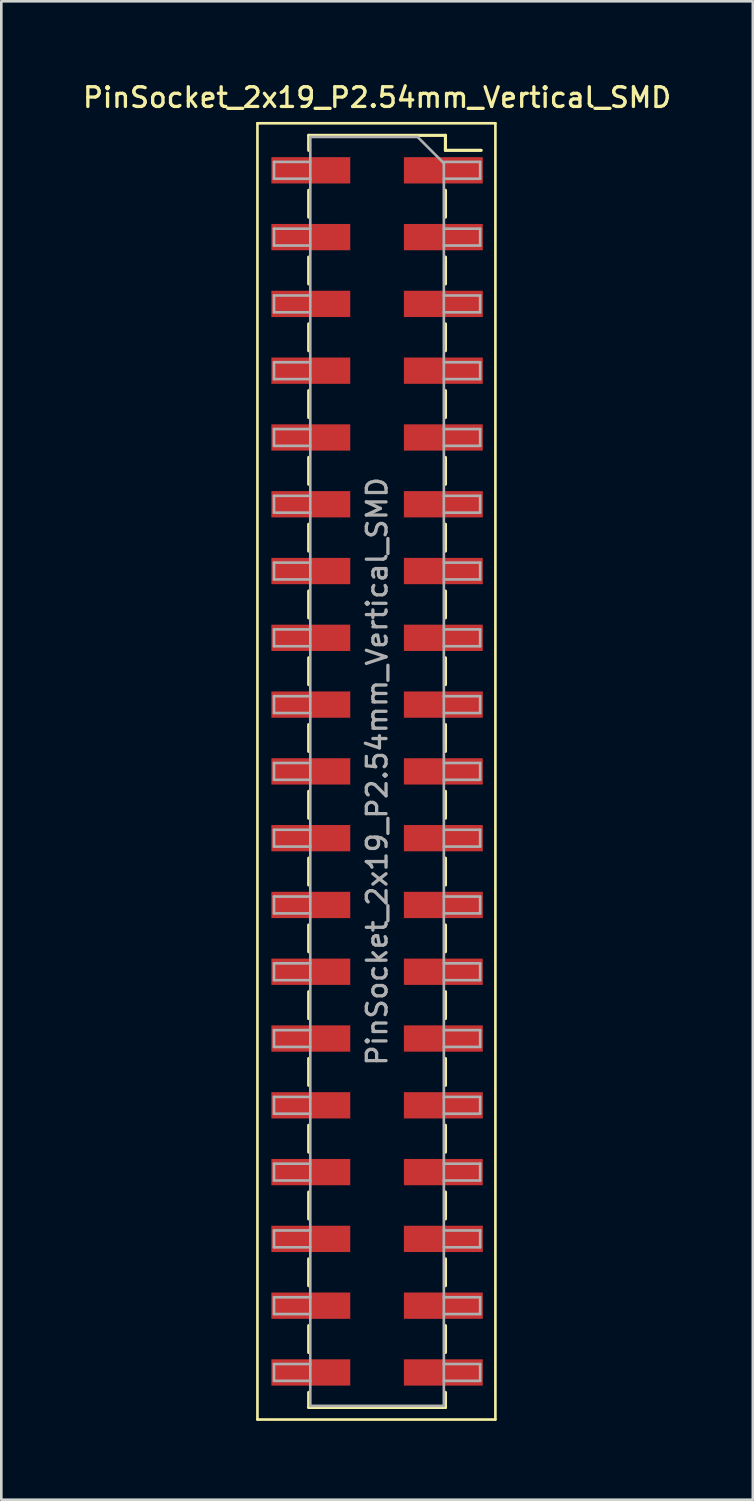
<source format=kicad_pcb>
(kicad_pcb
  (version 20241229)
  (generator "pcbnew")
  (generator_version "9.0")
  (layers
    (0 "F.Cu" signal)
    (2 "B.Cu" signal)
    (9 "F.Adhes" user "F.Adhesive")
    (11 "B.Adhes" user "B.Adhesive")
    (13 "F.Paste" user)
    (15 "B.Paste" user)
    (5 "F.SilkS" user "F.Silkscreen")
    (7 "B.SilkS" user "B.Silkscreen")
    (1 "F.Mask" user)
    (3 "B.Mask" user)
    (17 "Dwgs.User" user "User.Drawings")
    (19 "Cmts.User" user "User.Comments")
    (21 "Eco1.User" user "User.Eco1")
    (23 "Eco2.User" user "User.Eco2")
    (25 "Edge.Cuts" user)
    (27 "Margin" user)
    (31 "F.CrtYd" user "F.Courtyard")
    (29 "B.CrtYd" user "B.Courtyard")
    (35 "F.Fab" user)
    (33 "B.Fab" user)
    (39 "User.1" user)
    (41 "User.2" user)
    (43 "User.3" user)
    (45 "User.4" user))
  (footprint "PinSocket_2x19_P2.54mm_Vertical_SMD"
    (layer "F.Cu")
    (at 11.291 26.288)
    (property "Reference" "PinSocket_2x19_P2.54mm_Vertical_SMD" (at 0 -25.63 0) (layer "F.SilkS") (effects (font (size 0.75 0.75) (thickness 0.125))))
    (attr smd)
    (fp_line (start -4.55 -24.65) (end 4.5 -24.65) (stroke (width 0.1) (type solid)) (layer "F.SilkS"))
    (fp_line (start -4.55 24.65) (end -4.55 -24.65) (stroke (width 0.1) (type solid)) (layer "F.SilkS"))
    (fp_line (start -2.6 -24.19) (end -2.6 -23.62) (stroke (width 0.12) (type solid)) (layer "F.SilkS"))
    (fp_line (start -2.6 -24.19) (end 2.6 -24.19) (stroke (width 0.12) (type solid)) (layer "F.SilkS"))
    (fp_line (start -2.6 -22.1) (end -2.6 -21.08) (stroke (width 0.12) (type solid)) (layer "F.SilkS"))
    (fp_line (start -2.6 -19.56) (end -2.6 -18.54) (stroke (width 0.12) (type solid)) (layer "F.SilkS"))
    (fp_line (start -2.6 -17.02) (end -2.6 -16) (stroke (width 0.12) (type solid)) (layer "F.SilkS"))
    (fp_line (start -2.6 -14.48) (end -2.6 -13.46) (stroke (width 0.12) (type solid)) (layer "F.SilkS"))
    (fp_line (start -2.6 -11.94) (end -2.6 -10.92) (stroke (width 0.12) (type solid)) (layer "F.SilkS"))
    (fp_line (start -2.6 -9.4) (end -2.6 -8.38) (stroke (width 0.12) (type solid)) (layer "F.SilkS"))
    (fp_line (start -2.6 -6.86) (end -2.6 -5.84) (stroke (width 0.12) (type solid)) (layer "F.SilkS"))
    (fp_line (start -2.6 -4.32) (end -2.6 -3.3) (stroke (width 0.12) (type solid)) (layer "F.SilkS"))
    (fp_line (start -2.6 -1.78) (end -2.6 -0.76) (stroke (width 0.12) (type solid)) (layer "F.SilkS"))
    (fp_line (start -2.6 0.76) (end -2.6 1.78) (stroke (width 0.12) (type solid)) (layer "F.SilkS"))
    (fp_line (start -2.6 3.3) (end -2.6 4.32) (stroke (width 0.12) (type solid)) (layer "F.SilkS"))
    (fp_line (start -2.6 5.84) (end -2.6 6.86) (stroke (width 0.12) (type solid)) (layer "F.SilkS"))
    (fp_line (start -2.6 8.38) (end -2.6 9.4) (stroke (width 0.12) (type solid)) (layer "F.SilkS"))
    (fp_line (start -2.6 10.92) (end -2.6 11.94) (stroke (width 0.12) (type solid)) (layer "F.SilkS"))
    (fp_line (start -2.6 13.46) (end -2.6 14.48) (stroke (width 0.12) (type solid)) (layer "F.SilkS"))
    (fp_line (start -2.6 16) (end -2.6 17.02) (stroke (width 0.12) (type solid)) (layer "F.SilkS"))
    (fp_line (start -2.6 18.54) (end -2.6 19.56) (stroke (width 0.12) (type solid)) (layer "F.SilkS"))
    (fp_line (start -2.6 21.08) (end -2.6 22.1) (stroke (width 0.12) (type solid)) (layer "F.SilkS"))
    (fp_line (start -2.6 23.62) (end -2.6 24.19) (stroke (width 0.12) (type solid)) (layer "F.SilkS"))
    (fp_line (start -2.6 24.19) (end 2.6 24.19) (stroke (width 0.12) (type solid)) (layer "F.SilkS"))
    (fp_line (start 2.6 -24.19) (end 2.6 -23.62) (stroke (width 0.12) (type solid)) (layer "F.SilkS"))
    (fp_line (start 2.6 -23.62) (end 3.96 -23.62) (stroke (width 0.12) (type solid)) (layer "F.SilkS"))
    (fp_line (start 2.6 -22.1) (end 2.6 -21.08) (stroke (width 0.12) (type solid)) (layer "F.SilkS"))
    (fp_line (start 2.6 -19.56) (end 2.6 -18.54) (stroke (width 0.12) (type solid)) (layer "F.SilkS"))
    (fp_line (start 2.6 -17.02) (end 2.6 -16) (stroke (width 0.12) (type solid)) (layer "F.SilkS"))
    (fp_line (start 2.6 -14.48) (end 2.6 -13.46) (stroke (width 0.12) (type solid)) (layer "F.SilkS"))
    (fp_line (start 2.6 -11.94) (end 2.6 -10.92) (stroke (width 0.12) (type solid)) (layer "F.SilkS"))
    (fp_line (start 2.6 -9.4) (end 2.6 -8.38) (stroke (width 0.12) (type solid)) (layer "F.SilkS"))
    (fp_line (start 2.6 -6.86) (end 2.6 -5.84) (stroke (width 0.12) (type solid)) (layer "F.SilkS"))
    (fp_line (start 2.6 -4.32) (end 2.6 -3.3) (stroke (width 0.12) (type solid)) (layer "F.SilkS"))
    (fp_line (start 2.6 -1.78) (end 2.6 -0.76) (stroke (width 0.12) (type solid)) (layer "F.SilkS"))
    (fp_line (start 2.6 0.76) (end 2.6 1.78) (stroke (width 0.12) (type solid)) (layer "F.SilkS"))
    (fp_line (start 2.6 3.3) (end 2.6 4.32) (stroke (width 0.12) (type solid)) (layer "F.SilkS"))
    (fp_line (start 2.6 5.84) (end 2.6 6.86) (stroke (width 0.12) (type solid)) (layer "F.SilkS"))
    (fp_line (start 2.6 8.38) (end 2.6 9.4) (stroke (width 0.12) (type solid)) (layer "F.SilkS"))
    (fp_line (start 2.6 10.92) (end 2.6 11.94) (stroke (width 0.12) (type solid)) (layer "F.SilkS"))
    (fp_line (start 2.6 13.46) (end 2.6 14.48) (stroke (width 0.12) (type solid)) (layer "F.SilkS"))
    (fp_line (start 2.6 16) (end 2.6 17.02) (stroke (width 0.12) (type solid)) (layer "F.SilkS"))
    (fp_line (start 2.6 18.54) (end 2.6 19.56) (stroke (width 0.12) (type solid)) (layer "F.SilkS"))
    (fp_line (start 2.6 21.08) (end 2.6 22.1) (stroke (width 0.12) (type solid)) (layer "F.SilkS"))
    (fp_line (start 2.6 23.62) (end 2.6 24.19) (stroke (width 0.12) (type solid)) (layer "F.SilkS"))
    (fp_line (start 4.5 -24.65) (end 4.5 24.65) (stroke (width 0.1) (type solid)) (layer "F.SilkS"))
    (fp_line (start 4.5 24.65) (end -4.55 24.65) (stroke (width 0.1) (type solid)) (layer "F.SilkS"))
    (fp_line (start -3.92 -23.18) (end -2.54 -23.18) (stroke (width 0.1) (type solid)) (layer "F.Fab"))
    (fp_line (start -3.92 -22.54) (end -3.92 -23.18) (stroke (width 0.1) (type solid)) (layer "F.Fab"))
    (fp_line (start -3.92 -20.64) (end -2.54 -20.64) (stroke (width 0.1) (type solid)) (layer "F.Fab"))
    (fp_line (start -3.92 -20) (end -3.92 -20.64) (stroke (width 0.1) (type solid)) (layer "F.Fab"))
    (fp_line (start -3.92 -18.1) (end -2.54 -18.1) (stroke (width 0.1) (type solid)) (layer "F.Fab"))
    (fp_line (start -3.92 -17.46) (end -3.92 -18.1) (stroke (width 0.1) (type solid)) (layer "F.Fab"))
    (fp_line (start -3.92 -15.56) (end -2.54 -15.56) (stroke (width 0.1) (type solid)) (layer "F.Fab"))
    (fp_line (start -3.92 -14.92) (end -3.92 -15.56) (stroke (width 0.1) (type solid)) (layer "F.Fab"))
    (fp_line (start -3.92 -13.02) (end -2.54 -13.02) (stroke (width 0.1) (type solid)) (layer "F.Fab"))
    (fp_line (start -3.92 -12.38) (end -3.92 -13.02) (stroke (width 0.1) (type solid)) (layer "F.Fab"))
    (fp_line (start -3.92 -10.48) (end -2.54 -10.48) (stroke (width 0.1) (type solid)) (layer "F.Fab"))
    (fp_line (start -3.92 -9.84) (end -3.92 -10.48) (stroke (width 0.1) (type solid)) (layer "F.Fab"))
    (fp_line (start -3.92 -7.94) (end -2.54 -7.94) (stroke (width 0.1) (type solid)) (layer "F.Fab"))
    (fp_line (start -3.92 -7.3) (end -3.92 -7.94) (stroke (width 0.1) (type solid)) (layer "F.Fab"))
    (fp_line (start -3.92 -5.4) (end -2.54 -5.4) (stroke (width 0.1) (type solid)) (layer "F.Fab"))
    (fp_line (start -3.92 -4.76) (end -3.92 -5.4) (stroke (width 0.1) (type solid)) (layer "F.Fab"))
    (fp_line (start -3.92 -2.86) (end -2.54 -2.86) (stroke (width 0.1) (type solid)) (layer "F.Fab"))
    (fp_line (start -3.92 -2.22) (end -3.92 -2.86) (stroke (width 0.1) (type solid)) (layer "F.Fab"))
    (fp_line (start -3.92 -0.32) (end -2.54 -0.32) (stroke (width 0.1) (type solid)) (layer "F.Fab"))
    (fp_line (start -3.92 0.32) (end -3.92 -0.32) (stroke (width 0.1) (type solid)) (layer "F.Fab"))
    (fp_line (start -3.92 2.22) (end -2.54 2.22) (stroke (width 0.1) (type solid)) (layer "F.Fab"))
    (fp_line (start -3.92 2.86) (end -3.92 2.22) (stroke (width 0.1) (type solid)) (layer "F.Fab"))
    (fp_line (start -3.92 4.76) (end -2.54 4.76) (stroke (width 0.1) (type solid)) (layer "F.Fab"))
    (fp_line (start -3.92 5.4) (end -3.92 4.76) (stroke (width 0.1) (type solid)) (layer "F.Fab"))
    (fp_line (start -3.92 7.3) (end -2.54 7.3) (stroke (width 0.1) (type solid)) (layer "F.Fab"))
    (fp_line (start -3.92 7.94) (end -3.92 7.3) (stroke (width 0.1) (type solid)) (layer "F.Fab"))
    (fp_line (start -3.92 9.84) (end -2.54 9.84) (stroke (width 0.1) (type solid)) (layer "F.Fab"))
    (fp_line (start -3.92 10.48) (end -3.92 9.84) (stroke (width 0.1) (type solid)) (layer "F.Fab"))
    (fp_line (start -3.92 12.38) (end -2.54 12.38) (stroke (width 0.1) (type solid)) (layer "F.Fab"))
    (fp_line (start -3.92 13.02) (end -3.92 12.38) (stroke (width 0.1) (type solid)) (layer "F.Fab"))
    (fp_line (start -3.92 14.92) (end -2.54 14.92) (stroke (width 0.1) (type solid)) (layer "F.Fab"))
    (fp_line (start -3.92 15.56) (end -3.92 14.92) (stroke (width 0.1) (type solid)) (layer "F.Fab"))
    (fp_line (start -3.92 17.46) (end -2.54 17.46) (stroke (width 0.1) (type solid)) (layer "F.Fab"))
    (fp_line (start -3.92 18.1) (end -3.92 17.46) (stroke (width 0.1) (type solid)) (layer "F.Fab"))
    (fp_line (start -3.92 20) (end -2.54 20) (stroke (width 0.1) (type solid)) (layer "F.Fab"))
    (fp_line (start -3.92 20.64) (end -3.92 20) (stroke (width 0.1) (type solid)) (layer "F.Fab"))
    (fp_line (start -3.92 22.54) (end -2.54 22.54) (stroke (width 0.1) (type solid)) (layer "F.Fab"))
    (fp_line (start -3.92 23.18) (end -3.92 22.54) (stroke (width 0.1) (type solid)) (layer "F.Fab"))
    (fp_line (start -2.54 -24.13) (end 1.54 -24.13) (stroke (width 0.1) (type solid)) (layer "F.Fab"))
    (fp_line (start -2.54 -22.54) (end -3.92 -22.54) (stroke (width 0.1) (type solid)) (layer "F.Fab"))
    (fp_line (start -2.54 -20) (end -3.92 -20) (stroke (width 0.1) (type solid)) (layer "F.Fab"))
    (fp_line (start -2.54 -17.46) (end -3.92 -17.46) (stroke (width 0.1) (type solid)) (layer "F.Fab"))
    (fp_line (start -2.54 -14.92) (end -3.92 -14.92) (stroke (width 0.1) (type solid)) (layer "F.Fab"))
    (fp_line (start -2.54 -12.38) (end -3.92 -12.38) (stroke (width 0.1) (type solid)) (layer "F.Fab"))
    (fp_line (start -2.54 -9.84) (end -3.92 -9.84) (stroke (width 0.1) (type solid)) (layer "F.Fab"))
    (fp_line (start -2.54 -7.3) (end -3.92 -7.3) (stroke (width 0.1) (type solid)) (layer "F.Fab"))
    (fp_line (start -2.54 -4.76) (end -3.92 -4.76) (stroke (width 0.1) (type solid)) (layer "F.Fab"))
    (fp_line (start -2.54 -2.22) (end -3.92 -2.22) (stroke (width 0.1) (type solid)) (layer "F.Fab"))
    (fp_line (start -2.54 0.32) (end -3.92 0.32) (stroke (width 0.1) (type solid)) (layer "F.Fab"))
    (fp_line (start -2.54 2.86) (end -3.92 2.86) (stroke (width 0.1) (type solid)) (layer "F.Fab"))
    (fp_line (start -2.54 5.4) (end -3.92 5.4) (stroke (width 0.1) (type solid)) (layer "F.Fab"))
    (fp_line (start -2.54 7.94) (end -3.92 7.94) (stroke (width 0.1) (type solid)) (layer "F.Fab"))
    (fp_line (start -2.54 10.48) (end -3.92 10.48) (stroke (width 0.1) (type solid)) (layer "F.Fab"))
    (fp_line (start -2.54 13.02) (end -3.92 13.02) (stroke (width 0.1) (type solid)) (layer "F.Fab"))
    (fp_line (start -2.54 15.56) (end -3.92 15.56) (stroke (width 0.1) (type solid)) (layer "F.Fab"))
    (fp_line (start -2.54 18.1) (end -3.92 18.1) (stroke (width 0.1) (type solid)) (layer "F.Fab"))
    (fp_line (start -2.54 20.64) (end -3.92 20.64) (stroke (width 0.1) (type solid)) (layer "F.Fab"))
    (fp_line (start -2.54 23.18) (end -3.92 23.18) (stroke (width 0.1) (type solid)) (layer "F.Fab"))
    (fp_line (start -2.54 24.13) (end -2.54 -24.13) (stroke (width 0.1) (type solid)) (layer "F.Fab"))
    (fp_line (start 1.54 -24.13) (end 2.54 -23.13) (stroke (width 0.1) (type solid)) (layer "F.Fab"))
    (fp_line (start 2.54 -23.18) (end 3.92 -23.18) (stroke (width 0.1) (type solid)) (layer "F.Fab"))
    (fp_line (start 2.54 -23.13) (end 2.54 24.13) (stroke (width 0.1) (type solid)) (layer "F.Fab"))
    (fp_line (start 2.54 -20.64) (end 3.92 -20.64) (stroke (width 0.1) (type solid)) (layer "F.Fab"))
    (fp_line (start 2.54 -18.1) (end 3.92 -18.1) (stroke (width 0.1) (type solid)) (layer "F.Fab"))
    (fp_line (start 2.54 -15.56) (end 3.92 -15.56) (stroke (width 0.1) (type solid)) (layer "F.Fab"))
    (fp_line (start 2.54 -13.02) (end 3.92 -13.02) (stroke (width 0.1) (type solid)) (layer "F.Fab"))
    (fp_line (start 2.54 -10.48) (end 3.92 -10.48) (stroke (width 0.1) (type solid)) (layer "F.Fab"))
    (fp_line (start 2.54 -7.94) (end 3.92 -7.94) (stroke (width 0.1) (type solid)) (layer "F.Fab"))
    (fp_line (start 2.54 -5.4) (end 3.92 -5.4) (stroke (width 0.1) (type solid)) (layer "F.Fab"))
    (fp_line (start 2.54 -2.86) (end 3.92 -2.86) (stroke (width 0.1) (type solid)) (layer "F.Fab"))
    (fp_line (start 2.54 -0.32) (end 3.92 -0.32) (stroke (width 0.1) (type solid)) (layer "F.Fab"))
    (fp_line (start 2.54 2.22) (end 3.92 2.22) (stroke (width 0.1) (type solid)) (layer "F.Fab"))
    (fp_line (start 2.54 4.76) (end 3.92 4.76) (stroke (width 0.1) (type solid)) (layer "F.Fab"))
    (fp_line (start 2.54 7.3) (end 3.92 7.3) (stroke (width 0.1) (type solid)) (layer "F.Fab"))
    (fp_line (start 2.54 9.84) (end 3.92 9.84) (stroke (width 0.1) (type solid)) (layer "F.Fab"))
    (fp_line (start 2.54 12.38) (end 3.92 12.38) (stroke (width 0.1) (type solid)) (layer "F.Fab"))
    (fp_line (start 2.54 14.92) (end 3.92 14.92) (stroke (width 0.1) (type solid)) (layer "F.Fab"))
    (fp_line (start 2.54 17.46) (end 3.92 17.46) (stroke (width 0.1) (type solid)) (layer "F.Fab"))
    (fp_line (start 2.54 20) (end 3.92 20) (stroke (width 0.1) (type solid)) (layer "F.Fab"))
    (fp_line (start 2.54 22.54) (end 3.92 22.54) (stroke (width 0.1) (type solid)) (layer "F.Fab"))
    (fp_line (start 2.54 24.13) (end -2.54 24.13) (stroke (width 0.1) (type solid)) (layer "F.Fab"))
    (fp_line (start 3.92 -23.18) (end 3.92 -22.54) (stroke (width 0.1) (type solid)) (layer "F.Fab"))
    (fp_line (start 3.92 -22.54) (end 2.54 -22.54) (stroke (width 0.1) (type solid)) (layer "F.Fab"))
    (fp_line (start 3.92 -20.64) (end 3.92 -20) (stroke (width 0.1) (type solid)) (layer "F.Fab"))
    (fp_line (start 3.92 -20) (end 2.54 -20) (stroke (width 0.1) (type solid)) (layer "F.Fab"))
    (fp_line (start 3.92 -18.1) (end 3.92 -17.46) (stroke (width 0.1) (type solid)) (layer "F.Fab"))
    (fp_line (start 3.92 -17.46) (end 2.54 -17.46) (stroke (width 0.1) (type solid)) (layer "F.Fab"))
    (fp_line (start 3.92 -15.56) (end 3.92 -14.92) (stroke (width 0.1) (type solid)) (layer "F.Fab"))
    (fp_line (start 3.92 -14.92) (end 2.54 -14.92) (stroke (width 0.1) (type solid)) (layer "F.Fab"))
    (fp_line (start 3.92 -13.02) (end 3.92 -12.38) (stroke (width 0.1) (type solid)) (layer "F.Fab"))
    (fp_line (start 3.92 -12.38) (end 2.54 -12.38) (stroke (width 0.1) (type solid)) (layer "F.Fab"))
    (fp_line (start 3.92 -10.48) (end 3.92 -9.84) (stroke (width 0.1) (type solid)) (layer "F.Fab"))
    (fp_line (start 3.92 -9.84) (end 2.54 -9.84) (stroke (width 0.1) (type solid)) (layer "F.Fab"))
    (fp_line (start 3.92 -7.94) (end 3.92 -7.3) (stroke (width 0.1) (type solid)) (layer "F.Fab"))
    (fp_line (start 3.92 -7.3) (end 2.54 -7.3) (stroke (width 0.1) (type solid)) (layer "F.Fab"))
    (fp_line (start 3.92 -5.4) (end 3.92 -4.76) (stroke (width 0.1) (type solid)) (layer "F.Fab"))
    (fp_line (start 3.92 -4.76) (end 2.54 -4.76) (stroke (width 0.1) (type solid)) (layer "F.Fab"))
    (fp_line (start 3.92 -2.86) (end 3.92 -2.22) (stroke (width 0.1) (type solid)) (layer "F.Fab"))
    (fp_line (start 3.92 -2.22) (end 2.54 -2.22) (stroke (width 0.1) (type solid)) (layer "F.Fab"))
    (fp_line (start 3.92 -0.32) (end 3.92 0.32) (stroke (width 0.1) (type solid)) (layer "F.Fab"))
    (fp_line (start 3.92 0.32) (end 2.54 0.32) (stroke (width 0.1) (type solid)) (layer "F.Fab"))
    (fp_line (start 3.92 2.22) (end 3.92 2.86) (stroke (width 0.1) (type solid)) (layer "F.Fab"))
    (fp_line (start 3.92 2.86) (end 2.54 2.86) (stroke (width 0.1) (type solid)) (layer "F.Fab"))
    (fp_line (start 3.92 4.76) (end 3.92 5.4) (stroke (width 0.1) (type solid)) (layer "F.Fab"))
    (fp_line (start 3.92 5.4) (end 2.54 5.4) (stroke (width 0.1) (type solid)) (layer "F.Fab"))
    (fp_line (start 3.92 7.3) (end 3.92 7.94) (stroke (width 0.1) (type solid)) (layer "F.Fab"))
    (fp_line (start 3.92 7.94) (end 2.54 7.94) (stroke (width 0.1) (type solid)) (layer "F.Fab"))
    (fp_line (start 3.92 9.84) (end 3.92 10.48) (stroke (width 0.1) (type solid)) (layer "F.Fab"))
    (fp_line (start 3.92 10.48) (end 2.54 10.48) (stroke (width 0.1) (type solid)) (layer "F.Fab"))
    (fp_line (start 3.92 12.38) (end 3.92 13.02) (stroke (width 0.1) (type solid)) (layer "F.Fab"))
    (fp_line (start 3.92 13.02) (end 2.54 13.02) (stroke (width 0.1) (type solid)) (layer "F.Fab"))
    (fp_line (start 3.92 14.92) (end 3.92 15.56) (stroke (width 0.1) (type solid)) (layer "F.Fab"))
    (fp_line (start 3.92 15.56) (end 2.54 15.56) (stroke (width 0.1) (type solid)) (layer "F.Fab"))
    (fp_line (start 3.92 17.46) (end 3.92 18.1) (stroke (width 0.1) (type solid)) (layer "F.Fab"))
    (fp_line (start 3.92 18.1) (end 2.54 18.1) (stroke (width 0.1) (type solid)) (layer "F.Fab"))
    (fp_line (start 3.92 20) (end 3.92 20.64) (stroke (width 0.1) (type solid)) (layer "F.Fab"))
    (fp_line (start 3.92 20.64) (end 2.54 20.64) (stroke (width 0.1) (type solid)) (layer "F.Fab"))
    (fp_line (start 3.92 22.54) (end 3.92 23.18) (stroke (width 0.1) (type solid)) (layer "F.Fab"))
    (fp_line (start 3.92 23.18) (end 2.54 23.18) (stroke (width 0.1) (type solid)) (layer "F.Fab"))
    (fp_text user "${REFERENCE}" (at 0 0 90) (layer "F.Fab") (effects (font (size 0.75 0.75) (thickness 0.125))))
    (pad "1" smd rect (at 2.52 -22.86) (size 3 1) (layers "F.Cu" "F.Mask" "F.Paste"))
    (pad "2" smd rect (at -2.52 -22.86) (size 3 1) (layers "F.Cu" "F.Mask" "F.Paste"))
    (pad "3" smd rect (at 2.52 -20.32) (size 3 1) (layers "F.Cu" "F.Mask" "F.Paste"))
    (pad "4" smd rect (at -2.52 -20.32) (size 3 1) (layers "F.Cu" "F.Mask" "F.Paste"))
    (pad "5" smd rect (at 2.52 -17.78) (size 3 1) (layers "F.Cu" "F.Mask" "F.Paste"))
    (pad "6" smd rect (at -2.52 -17.78) (size 3 1) (layers "F.Cu" "F.Mask" "F.Paste"))
    (pad "7" smd rect (at 2.52 -15.24) (size 3 1) (layers "F.Cu" "F.Mask" "F.Paste"))
    (pad "8" smd rect (at -2.52 -15.24) (size 3 1) (layers "F.Cu" "F.Mask" "F.Paste"))
    (pad "9" smd rect (at 2.52 -12.7) (size 3 1) (layers "F.Cu" "F.Mask" "F.Paste"))
    (pad "10" smd rect (at -2.52 -12.7) (size 3 1) (layers "F.Cu" "F.Mask" "F.Paste"))
    (pad "11" smd rect (at 2.52 -10.16) (size 3 1) (layers "F.Cu" "F.Mask" "F.Paste"))
    (pad "12" smd rect (at -2.52 -10.16) (size 3 1) (layers "F.Cu" "F.Mask" "F.Paste"))
    (pad "13" smd rect (at 2.52 -7.62) (size 3 1) (layers "F.Cu" "F.Mask" "F.Paste"))
    (pad "14" smd rect (at -2.52 -7.62) (size 3 1) (layers "F.Cu" "F.Mask" "F.Paste"))
    (pad "15" smd rect (at 2.52 -5.08) (size 3 1) (layers "F.Cu" "F.Mask" "F.Paste"))
    (pad "16" smd rect (at -2.52 -5.08) (size 3 1) (layers "F.Cu" "F.Mask" "F.Paste"))
    (pad "17" smd rect (at 2.52 -2.54) (size 3 1) (layers "F.Cu" "F.Mask" "F.Paste"))
    (pad "18" smd rect (at -2.52 -2.54) (size 3 1) (layers "F.Cu" "F.Mask" "F.Paste"))
    (pad "19" smd rect (at 2.52 0) (size 3 1) (layers "F.Cu" "F.Mask" "F.Paste"))
    (pad "20" smd rect (at -2.52 0) (size 3 1) (layers "F.Cu" "F.Mask" "F.Paste"))
    (pad "21" smd rect (at 2.52 2.54) (size 3 1) (layers "F.Cu" "F.Mask" "F.Paste"))
    (pad "22" smd rect (at -2.52 2.54) (size 3 1) (layers "F.Cu" "F.Mask" "F.Paste"))
    (pad "23" smd rect (at 2.52 5.08) (size 3 1) (layers "F.Cu" "F.Mask" "F.Paste"))
    (pad "24" smd rect (at -2.52 5.08) (size 3 1) (layers "F.Cu" "F.Mask" "F.Paste"))
    (pad "25" smd rect (at 2.52 7.62) (size 3 1) (layers "F.Cu" "F.Mask" "F.Paste"))
    (pad "26" smd rect (at -2.52 7.62) (size 3 1) (layers "F.Cu" "F.Mask" "F.Paste"))
    (pad "27" smd rect (at 2.52 10.16) (size 3 1) (layers "F.Cu" "F.Mask" "F.Paste"))
    (pad "28" smd rect (at -2.52 10.16) (size 3 1) (layers "F.Cu" "F.Mask" "F.Paste"))
    (pad "29" smd rect (at 2.52 12.7) (size 3 1) (layers "F.Cu" "F.Mask" "F.Paste"))
    (pad "30" smd rect (at -2.52 12.7) (size 3 1) (layers "F.Cu" "F.Mask" "F.Paste"))
    (pad "31" smd rect (at 2.52 15.24) (size 3 1) (layers "F.Cu" "F.Mask" "F.Paste"))
    (pad "32" smd rect (at -2.52 15.24) (size 3 1) (layers "F.Cu" "F.Mask" "F.Paste"))
    (pad "33" smd rect (at 2.52 17.78) (size 3 1) (layers "F.Cu" "F.Mask" "F.Paste"))
    (pad "34" smd rect (at -2.52 17.78) (size 3 1) (layers "F.Cu" "F.Mask" "F.Paste"))
    (pad "35" smd rect (at 2.52 20.32) (size 3 1) (layers "F.Cu" "F.Mask" "F.Paste"))
    (pad "36" smd rect (at -2.52 20.32) (size 3 1) (layers "F.Cu" "F.Mask" "F.Paste"))
    (pad "37" smd rect (at 2.52 22.86) (size 3 1) (layers "F.Cu" "F.Mask" "F.Paste"))
    (pad "38" smd rect (at -2.52 22.86) (size 3 1) (layers "F.Cu" "F.Mask" "F.Paste")))
  (gr_rect
    (start -3 -3)
    (end 25.582 53.988)
    (stroke (width 0.1) (type default))
    (fill no)
    (layer "Edge.Cuts")))
</source>
